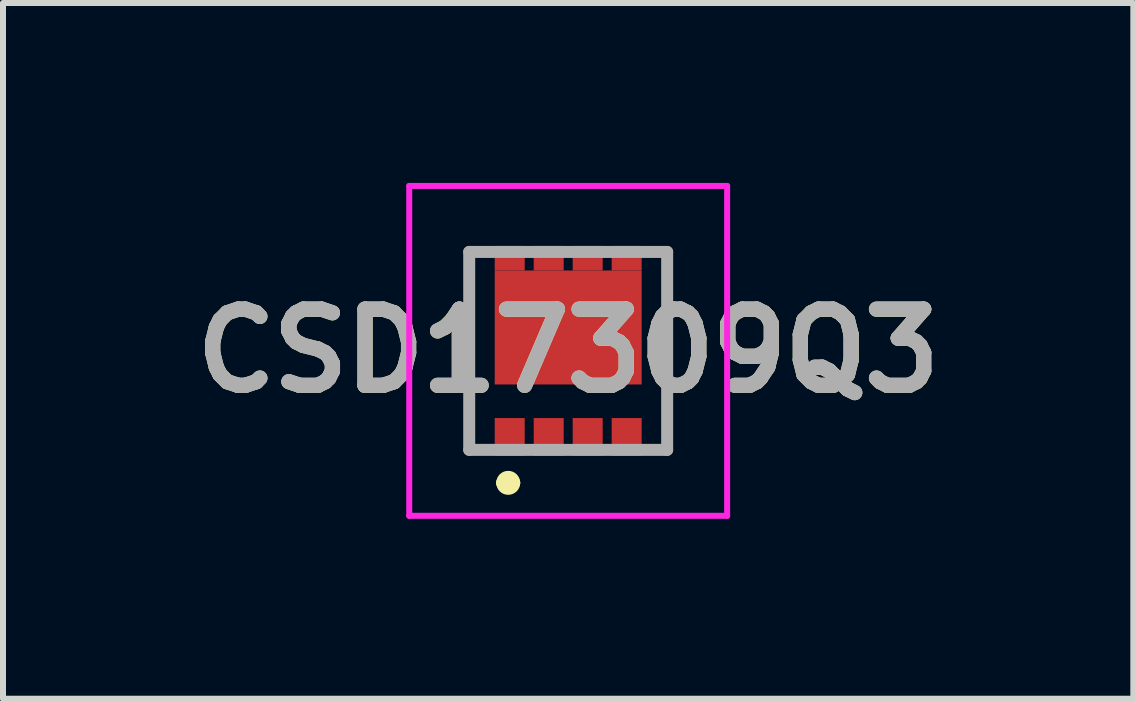
<source format=kicad_pcb>
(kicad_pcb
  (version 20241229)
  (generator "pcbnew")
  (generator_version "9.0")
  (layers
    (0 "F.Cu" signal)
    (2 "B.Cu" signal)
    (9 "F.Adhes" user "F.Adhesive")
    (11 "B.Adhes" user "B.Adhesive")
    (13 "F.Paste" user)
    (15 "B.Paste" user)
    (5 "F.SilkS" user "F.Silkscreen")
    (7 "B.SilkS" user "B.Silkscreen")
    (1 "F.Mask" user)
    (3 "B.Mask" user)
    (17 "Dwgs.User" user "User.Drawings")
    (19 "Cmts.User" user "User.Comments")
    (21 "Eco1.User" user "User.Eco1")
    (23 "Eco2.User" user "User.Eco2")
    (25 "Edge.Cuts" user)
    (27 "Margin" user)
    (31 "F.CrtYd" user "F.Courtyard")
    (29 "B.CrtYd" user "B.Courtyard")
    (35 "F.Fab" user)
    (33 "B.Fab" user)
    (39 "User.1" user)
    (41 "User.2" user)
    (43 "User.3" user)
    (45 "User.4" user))
  (footprint "CSD17309Q3"
    (layer "F.Cu")
    (at 6.423 2.8)
    (property "Reference" "CSD17309Q3" (at 0 0 0) (layer "F.SilkS") (effects (font (size 1.27 1.27) (thickness 0.254))))
    (attr smd)
    (fp_line (start -1.65 -1.65) (end -1.65 1.65) (stroke (width 0.1) (type solid)) (layer "F.SilkS"))
    (fp_line (start -1.65 1.65) (end -1.4 1.65) (stroke (width 0.1) (type solid)) (layer "F.SilkS"))
    (fp_line (start -1.4 -1.65) (end -1.65 -1.65) (stroke (width 0.1) (type solid)) (layer "F.SilkS"))
    (fp_line (start -1.1 2.2) (end -1.1 2.2) (stroke (width 0.2) (type solid)) (layer "F.SilkS"))
    (fp_line (start -0.9 2.2) (end -0.9 2.2) (stroke (width 0.2) (type solid)) (layer "F.SilkS"))
    (fp_line (start 1.4 -1.65) (end 1.65 -1.65) (stroke (width 0.1) (type solid)) (layer "F.SilkS"))
    (fp_line (start 1.65 -1.65) (end 1.65 1.65) (stroke (width 0.1) (type solid)) (layer "F.SilkS"))
    (fp_line (start 1.65 1.65) (end 1.4 1.65) (stroke (width 0.1) (type solid)) (layer "F.SilkS"))
    (fp_arc (start -1.1 2.2) (mid -1 2.1) (end -0.9 2.2) (stroke (width 0.2) (type solid)) (layer "F.SilkS"))
    (fp_arc (start -0.9 2.2) (mid -1 2.3) (end -1.1 2.2) (stroke (width 0.2) (type solid)) (layer "F.SilkS"))
    (fp_line (start -2.65 -2.75) (end 2.65 -2.75) (stroke (width 0.1) (type solid)) (layer "F.CrtYd"))
    (fp_line (start -2.65 2.75) (end -2.65 -2.75) (stroke (width 0.1) (type solid)) (layer "F.CrtYd"))
    (fp_line (start 2.65 -2.75) (end 2.65 2.75) (stroke (width 0.1) (type solid)) (layer "F.CrtYd"))
    (fp_line (start 2.65 2.75) (end -2.65 2.75) (stroke (width 0.1) (type solid)) (layer "F.CrtYd"))
    (fp_line (start -1.65 -1.65) (end 1.65 -1.65) (stroke (width 0.2) (type solid)) (layer "F.Fab"))
    (fp_line (start -1.65 1.65) (end -1.65 -1.65) (stroke (width 0.2) (type solid)) (layer "F.Fab"))
    (fp_line (start 1.65 -1.65) (end 1.65 1.65) (stroke (width 0.2) (type solid)) (layer "F.Fab"))
    (fp_line (start 1.65 1.65) (end -1.65 1.65) (stroke (width 0.2) (type solid)) (layer "F.Fab"))
    (fp_text user "${REFERENCE}" (at 0 0 0) (layer "F.Fab") (effects (font (size 1.27 1.27) (thickness 0.254))))
    (pad "1" smd rect (at -0.975 1.435) (size 0.5 0.63) (layers "F.Cu" "F.Mask" "F.Paste"))
    (pad "2" smd rect (at -0.325 1.435) (size 0.5 0.63) (layers "F.Cu" "F.Mask" "F.Paste"))
    (pad "3" smd rect (at 0.325 1.435) (size 0.5 0.63) (layers "F.Cu" "F.Mask" "F.Paste"))
    (pad "4" smd rect (at 0.975 1.435) (size 0.5 0.63) (layers "F.Cu" "F.Mask" "F.Paste"))
    (pad "5" smd rect (at 0.975 -1.545 90) (size 0.41 0.5) (layers "F.Cu" "F.Mask" "F.Paste"))
    (pad "6" smd rect (at 0.325 -1.545 90) (size 0.41 0.5) (layers "F.Cu" "F.Mask" "F.Paste"))
    (pad "7" smd rect (at -0.325 -1.545 90) (size 0.41 0.5) (layers "F.Cu" "F.Mask" "F.Paste"))
    (pad "8" smd rect (at -0.975 -1.545 90) (size 0.41 0.5) (layers "F.Cu" "F.Mask" "F.Paste"))
    (pad "9" smd rect (at 0 -0.39 90) (size 1.9 2.45) (layers "F.Cu" "F.Mask" "F.Paste")))
  (gr_rect
    (start -3 -3)
    (end 15.845 8.6)
    (stroke (width 0.1) (type default))
    (fill no)
    (layer "Edge.Cuts")))
</source>
